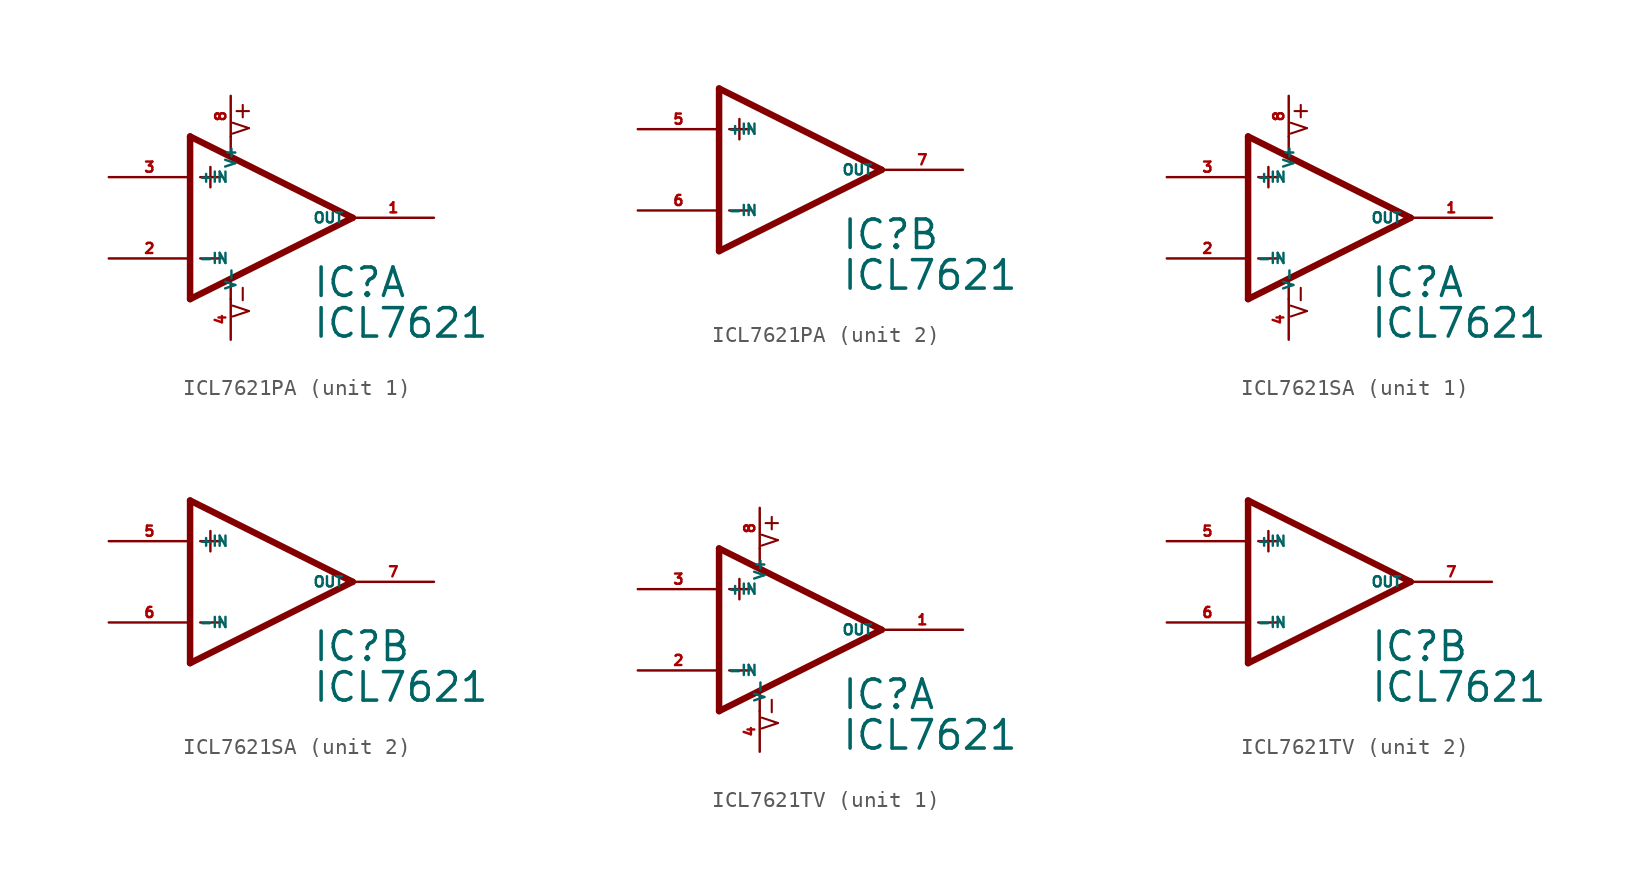
<source format=kicad_sym>
(kicad_symbol_lib
  (version 20220914)
  (generator Eagle2Kicad)
  (symbol "ICL7621PA"
    (property "Reference" "IC"
      (at 2.54 -5.08 0)
      (effects (font (size 1.778 1.778) (thickness 0.22)) (justify left bottom)))
    (property "Value" "ICL7621"
      (at 2.54 -7.62 0)
      (effects (font (size 1.778 1.778) (thickness 0.22)) (justify left bottom)))
    (symbol "ICL7621PA_1_0"
      (polyline (pts (xy -3.81 3.175) (xy -3.81 1.905)) (stroke (width 0.152) (type default)) (fill (type none)))
      (polyline (pts (xy -4.445 2.54) (xy -3.175 2.54)) (stroke (width 0.152) (type default)) (fill (type none)))
      (polyline (pts (xy -4.445 -2.54) (xy -3.175 -2.54)) (stroke (width 0.152) (type default)) (fill (type none)))
      (polyline (pts (xy -2.54 5.08) (xy -2.54 3.886)) (stroke (width 0.152) (type default)) (fill (type none)))
      (polyline (pts (xy -2.54 -3.912) (xy -2.54 -5.08)) (stroke (width 0.152) (type default)) (fill (type none)))
      (polyline (pts (xy 5.08 0) (xy -5.08 5.08)) (stroke (width 0.406) (type default)) (fill (type none)))
      (polyline (pts (xy -5.08 5.08) (xy -5.08 -5.08)) (stroke (width 0.406) (type default)) (fill (type none)))
      (polyline (pts (xy -5.08 -5.08) (xy 5.08 0)) (stroke (width 0.406) (type default)) (fill (type none)))
      (text "V+" (at -1.27 5.08 900) (effects (font (size 1.016 1.016) (thickness 0.13)) (justify left bottom)))
      (text "V-" (at -1.27 -6.35 900) (effects (font (size 1.016 1.016) (thickness 0.13)) (justify left bottom)))
      (pin input line (at -10.16 -2.54 0) (length 5.08) (name "-IN" (effects (font (size 0.635 0.635) (thickness 0.08)) (justify left bottom))) (number "2" (effects (font (size 0.635 0.635) (thickness 0.08)) (justify left bottom))))
      (pin input line (at -10.16 2.54 0) (length 5.08) (name "+IN" (effects (font (size 0.635 0.635) (thickness 0.08)) (justify left bottom))) (number "3" (effects (font (size 0.635 0.635) (thickness 0.08)) (justify left bottom))))
      (pin output line (at 10.16 0 180) (length 5.08) (name "OUT" (effects (font (size 0.635 0.635) (thickness 0.08)) (justify left bottom))) (number "1" (effects (font (size 0.635 0.635) (thickness 0.08)) (justify left bottom))))
      (pin unspecified line (at -2.54 7.62 270) (length 2.54) (name "V+" (effects (font (size 0.635 0.635) (thickness 0.08)) (justify left bottom))) (number "8" (effects (font (size 0.635 0.635) (thickness 0.08)) (justify left bottom))))
      (pin unspecified line (at -2.54 -7.62 90) (length 2.54) (name "V-" (effects (font (size 0.635 0.635) (thickness 0.08)) (justify left bottom))) (number "4" (effects (font (size 0.635 0.635) (thickness 0.08)) (justify left bottom)))))
    (symbol "ICL7621PA_2_0"
      (polyline (pts (xy -3.81 3.175) (xy -3.81 1.905)) (stroke (width 0.152) (type default)) (fill (type none)))
      (polyline (pts (xy -4.445 2.54) (xy -3.175 2.54)) (stroke (width 0.152) (type default)) (fill (type none)))
      (polyline (pts (xy -4.445 -2.54) (xy -3.175 -2.54)) (stroke (width 0.152) (type default)) (fill (type none)))
      (polyline (pts (xy 5.08 0) (xy -5.08 5.08)) (stroke (width 0.406) (type default)) (fill (type none)))
      (polyline (pts (xy -5.08 5.08) (xy -5.08 -5.08)) (stroke (width 0.406) (type default)) (fill (type none)))
      (polyline (pts (xy -5.08 -5.08) (xy 5.08 0)) (stroke (width 0.406) (type default)) (fill (type none)))
      (pin input line (at -10.16 -2.54 0) (length 5.08) (name "-IN" (effects (font (size 0.635 0.635) (thickness 0.08)) (justify left bottom))) (number "6" (effects (font (size 0.635 0.635) (thickness 0.08)) (justify left bottom))))
      (pin input line (at -10.16 2.54 0) (length 5.08) (name "+IN" (effects (font (size 0.635 0.635) (thickness 0.08)) (justify left bottom))) (number "5" (effects (font (size 0.635 0.635) (thickness 0.08)) (justify left bottom))))
      (pin output line (at 10.16 0 180) (length 5.08) (name "OUT" (effects (font (size 0.635 0.635) (thickness 0.08)) (justify left bottom))) (number "7" (effects (font (size 0.635 0.635) (thickness 0.08)) (justify left bottom))))))
  (symbol "ICL7621SA"
    (property "Reference" "IC"
      (at 2.54 -5.08 0)
      (effects (font (size 1.778 1.778) (thickness 0.22)) (justify left bottom)))
    (property "Value" "ICL7621"
      (at 2.54 -7.62 0)
      (effects (font (size 1.778 1.778) (thickness 0.22)) (justify left bottom)))
    (symbol "ICL7621SA_1_0"
      (polyline (pts (xy -3.81 3.175) (xy -3.81 1.905)) (stroke (width 0.152) (type default)) (fill (type none)))
      (polyline (pts (xy -4.445 2.54) (xy -3.175 2.54)) (stroke (width 0.152) (type default)) (fill (type none)))
      (polyline (pts (xy -4.445 -2.54) (xy -3.175 -2.54)) (stroke (width 0.152) (type default)) (fill (type none)))
      (polyline (pts (xy -2.54 5.08) (xy -2.54 3.886)) (stroke (width 0.152) (type default)) (fill (type none)))
      (polyline (pts (xy -2.54 -3.912) (xy -2.54 -5.08)) (stroke (width 0.152) (type default)) (fill (type none)))
      (polyline (pts (xy 5.08 0) (xy -5.08 5.08)) (stroke (width 0.406) (type default)) (fill (type none)))
      (polyline (pts (xy -5.08 5.08) (xy -5.08 -5.08)) (stroke (width 0.406) (type default)) (fill (type none)))
      (polyline (pts (xy -5.08 -5.08) (xy 5.08 0)) (stroke (width 0.406) (type default)) (fill (type none)))
      (text "V+" (at -1.27 5.08 900) (effects (font (size 1.016 1.016) (thickness 0.13)) (justify left bottom)))
      (text "V-" (at -1.27 -6.35 900) (effects (font (size 1.016 1.016) (thickness 0.13)) (justify left bottom)))
      (pin input line (at -10.16 -2.54 0) (length 5.08) (name "-IN" (effects (font (size 0.635 0.635) (thickness 0.08)) (justify left bottom))) (number "2" (effects (font (size 0.635 0.635) (thickness 0.08)) (justify left bottom))))
      (pin input line (at -10.16 2.54 0) (length 5.08) (name "+IN" (effects (font (size 0.635 0.635) (thickness 0.08)) (justify left bottom))) (number "3" (effects (font (size 0.635 0.635) (thickness 0.08)) (justify left bottom))))
      (pin output line (at 10.16 0 180) (length 5.08) (name "OUT" (effects (font (size 0.635 0.635) (thickness 0.08)) (justify left bottom))) (number "1" (effects (font (size 0.635 0.635) (thickness 0.08)) (justify left bottom))))
      (pin unspecified line (at -2.54 7.62 270) (length 2.54) (name "V+" (effects (font (size 0.635 0.635) (thickness 0.08)) (justify left bottom))) (number "8" (effects (font (size 0.635 0.635) (thickness 0.08)) (justify left bottom))))
      (pin unspecified line (at -2.54 -7.62 90) (length 2.54) (name "V-" (effects (font (size 0.635 0.635) (thickness 0.08)) (justify left bottom))) (number "4" (effects (font (size 0.635 0.635) (thickness 0.08)) (justify left bottom)))))
    (symbol "ICL7621SA_2_0"
      (polyline (pts (xy -3.81 3.175) (xy -3.81 1.905)) (stroke (width 0.152) (type default)) (fill (type none)))
      (polyline (pts (xy -4.445 2.54) (xy -3.175 2.54)) (stroke (width 0.152) (type default)) (fill (type none)))
      (polyline (pts (xy -4.445 -2.54) (xy -3.175 -2.54)) (stroke (width 0.152) (type default)) (fill (type none)))
      (polyline (pts (xy 5.08 0) (xy -5.08 5.08)) (stroke (width 0.406) (type default)) (fill (type none)))
      (polyline (pts (xy -5.08 5.08) (xy -5.08 -5.08)) (stroke (width 0.406) (type default)) (fill (type none)))
      (polyline (pts (xy -5.08 -5.08) (xy 5.08 0)) (stroke (width 0.406) (type default)) (fill (type none)))
      (pin input line (at -10.16 -2.54 0) (length 5.08) (name "-IN" (effects (font (size 0.635 0.635) (thickness 0.08)) (justify left bottom))) (number "6" (effects (font (size 0.635 0.635) (thickness 0.08)) (justify left bottom))))
      (pin input line (at -10.16 2.54 0) (length 5.08) (name "+IN" (effects (font (size 0.635 0.635) (thickness 0.08)) (justify left bottom))) (number "5" (effects (font (size 0.635 0.635) (thickness 0.08)) (justify left bottom))))
      (pin output line (at 10.16 0 180) (length 5.08) (name "OUT" (effects (font (size 0.635 0.635) (thickness 0.08)) (justify left bottom))) (number "7" (effects (font (size 0.635 0.635) (thickness 0.08)) (justify left bottom))))))
  (symbol "ICL7621TV"
    (property "Reference" "IC"
      (at 2.54 -5.08 0)
      (effects (font (size 1.778 1.778) (thickness 0.22)) (justify left bottom)))
    (property "Value" "ICL7621"
      (at 2.54 -7.62 0)
      (effects (font (size 1.778 1.778) (thickness 0.22)) (justify left bottom)))
    (symbol "ICL7621TV_1_0"
      (polyline (pts (xy -3.81 3.175) (xy -3.81 1.905)) (stroke (width 0.152) (type default)) (fill (type none)))
      (polyline (pts (xy -4.445 2.54) (xy -3.175 2.54)) (stroke (width 0.152) (type default)) (fill (type none)))
      (polyline (pts (xy -4.445 -2.54) (xy -3.175 -2.54)) (stroke (width 0.152) (type default)) (fill (type none)))
      (polyline (pts (xy -2.54 5.08) (xy -2.54 3.886)) (stroke (width 0.152) (type default)) (fill (type none)))
      (polyline (pts (xy -2.54 -3.912) (xy -2.54 -5.08)) (stroke (width 0.152) (type default)) (fill (type none)))
      (polyline (pts (xy 5.08 0) (xy -5.08 5.08)) (stroke (width 0.406) (type default)) (fill (type none)))
      (polyline (pts (xy -5.08 5.08) (xy -5.08 -5.08)) (stroke (width 0.406) (type default)) (fill (type none)))
      (polyline (pts (xy -5.08 -5.08) (xy 5.08 0)) (stroke (width 0.406) (type default)) (fill (type none)))
      (text "V+" (at -1.27 5.08 900) (effects (font (size 1.016 1.016) (thickness 0.13)) (justify left bottom)))
      (text "V-" (at -1.27 -6.35 900) (effects (font (size 1.016 1.016) (thickness 0.13)) (justify left bottom)))
      (pin input line (at -10.16 -2.54 0) (length 5.08) (name "-IN" (effects (font (size 0.635 0.635) (thickness 0.08)) (justify left bottom))) (number "2" (effects (font (size 0.635 0.635) (thickness 0.08)) (justify left bottom))))
      (pin input line (at -10.16 2.54 0) (length 5.08) (name "+IN" (effects (font (size 0.635 0.635) (thickness 0.08)) (justify left bottom))) (number "3" (effects (font (size 0.635 0.635) (thickness 0.08)) (justify left bottom))))
      (pin output line (at 10.16 0 180) (length 5.08) (name "OUT" (effects (font (size 0.635 0.635) (thickness 0.08)) (justify left bottom))) (number "1" (effects (font (size 0.635 0.635) (thickness 0.08)) (justify left bottom))))
      (pin unspecified line (at -2.54 7.62 270) (length 2.54) (name "V+" (effects (font (size 0.635 0.635) (thickness 0.08)) (justify left bottom))) (number "8" (effects (font (size 0.635 0.635) (thickness 0.08)) (justify left bottom))))
      (pin unspecified line (at -2.54 -7.62 90) (length 2.54) (name "V-" (effects (font (size 0.635 0.635) (thickness 0.08)) (justify left bottom))) (number "4" (effects (font (size 0.635 0.635) (thickness 0.08)) (justify left bottom)))))
    (symbol "ICL7621TV_2_0"
      (polyline (pts (xy -3.81 3.175) (xy -3.81 1.905)) (stroke (width 0.152) (type default)) (fill (type none)))
      (polyline (pts (xy -4.445 2.54) (xy -3.175 2.54)) (stroke (width 0.152) (type default)) (fill (type none)))
      (polyline (pts (xy -4.445 -2.54) (xy -3.175 -2.54)) (stroke (width 0.152) (type default)) (fill (type none)))
      (polyline (pts (xy 5.08 0) (xy -5.08 5.08)) (stroke (width 0.406) (type default)) (fill (type none)))
      (polyline (pts (xy -5.08 5.08) (xy -5.08 -5.08)) (stroke (width 0.406) (type default)) (fill (type none)))
      (polyline (pts (xy -5.08 -5.08) (xy 5.08 0)) (stroke (width 0.406) (type default)) (fill (type none)))
      (pin input line (at -10.16 -2.54 0) (length 5.08) (name "-IN" (effects (font (size 0.635 0.635) (thickness 0.08)) (justify left bottom))) (number "6" (effects (font (size 0.635 0.635) (thickness 0.08)) (justify left bottom))))
      (pin input line (at -10.16 2.54 0) (length 5.08) (name "+IN" (effects (font (size 0.635 0.635) (thickness 0.08)) (justify left bottom))) (number "5" (effects (font (size 0.635 0.635) (thickness 0.08)) (justify left bottom))))
      (pin output line (at 10.16 0 180) (length 5.08) (name "OUT" (effects (font (size 0.635 0.635) (thickness 0.08)) (justify left bottom))) (number "7" (effects (font (size 0.635 0.635) (thickness 0.08)) (justify left bottom)))))))
</source>
